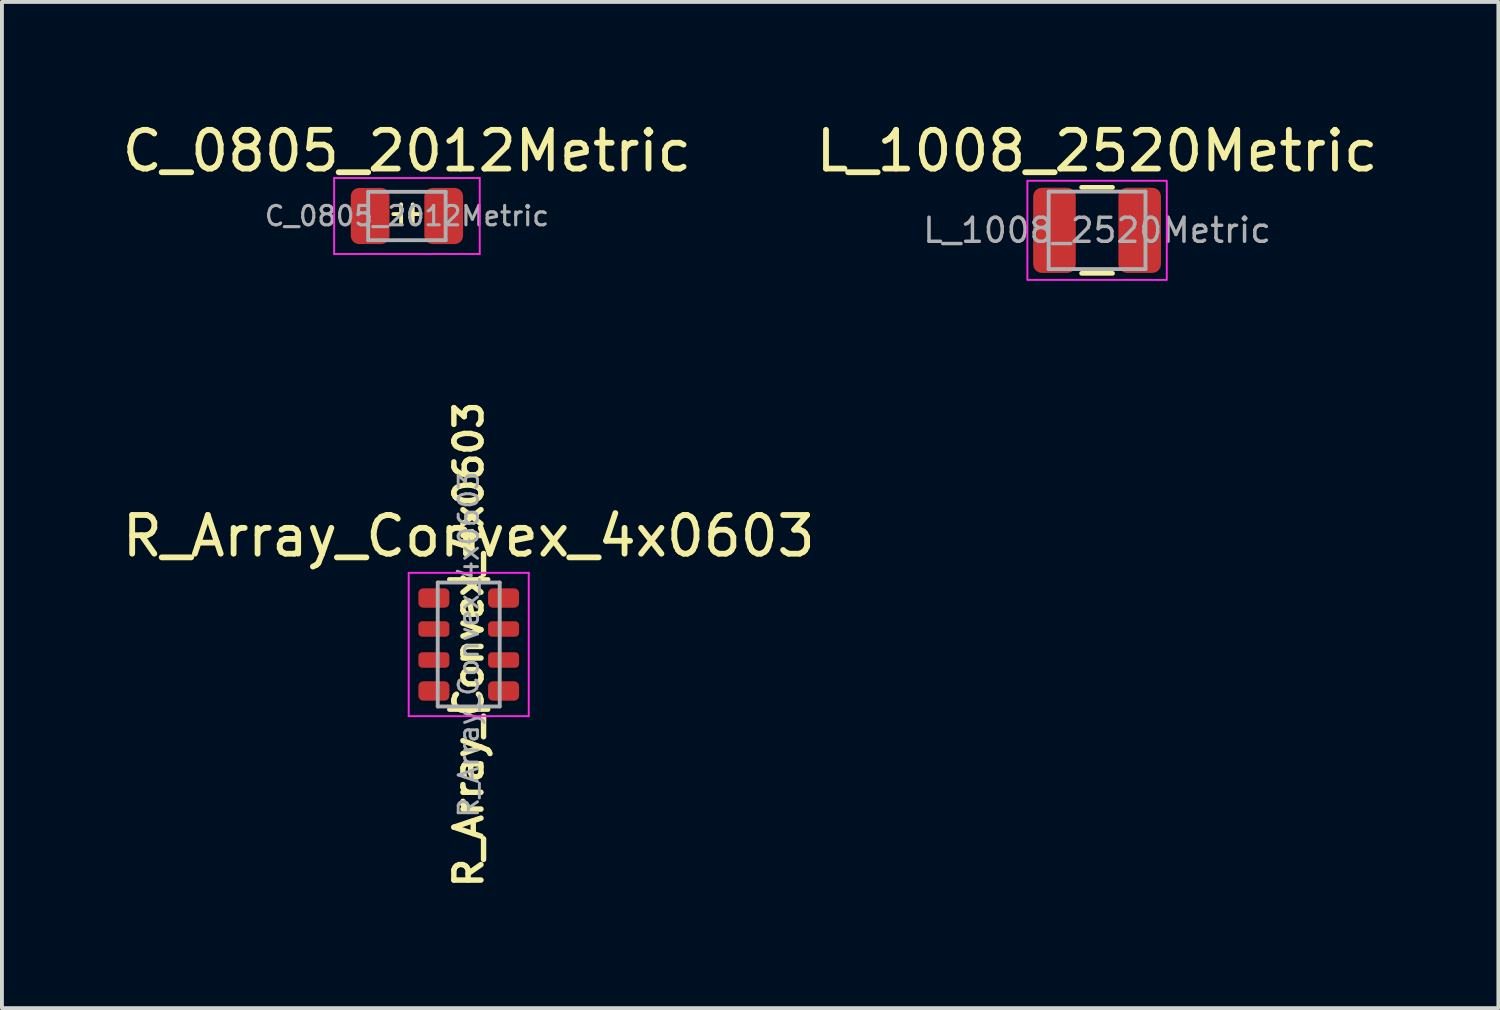
<source format=kicad_pcb>
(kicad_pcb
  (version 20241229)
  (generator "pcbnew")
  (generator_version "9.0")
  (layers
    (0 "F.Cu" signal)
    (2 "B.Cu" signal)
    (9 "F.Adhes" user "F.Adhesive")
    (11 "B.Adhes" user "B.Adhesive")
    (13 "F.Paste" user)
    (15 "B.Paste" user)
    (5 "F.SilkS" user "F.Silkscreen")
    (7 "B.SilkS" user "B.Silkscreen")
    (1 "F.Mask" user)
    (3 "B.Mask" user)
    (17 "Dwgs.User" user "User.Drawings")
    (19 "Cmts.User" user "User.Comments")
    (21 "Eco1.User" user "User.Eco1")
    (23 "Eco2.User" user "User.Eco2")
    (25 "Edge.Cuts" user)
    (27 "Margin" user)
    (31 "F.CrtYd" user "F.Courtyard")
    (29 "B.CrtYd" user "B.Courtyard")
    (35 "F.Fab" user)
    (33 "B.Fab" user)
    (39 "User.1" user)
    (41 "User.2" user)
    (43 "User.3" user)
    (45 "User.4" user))
  (footprint "R_Array_Convex_4x0603"
    (layer "F.Cu")
    (at 9.054 13.593)
    (property "Reference" "R_Array_Convex_4x0603" (at 0 -2.8 0) (layer "F.SilkS") (effects (font (size 1 1) (thickness 0.15))))
    (property "Value" "R_Array_Convex_4x0603" (at 0 2.8 0) (layer "F.Fab") (hide yes) (effects (font (size 1 1) (thickness 0.15))))
    (attr smd)
    (fp_line (start 0.5 -1.68) (end -0.5 -1.68) (stroke (width 0.12) (type solid)) (layer "F.SilkS"))
    (fp_line (start 0.5 1.68) (end -0.5 1.68) (stroke (width 0.12) (type solid)) (layer "F.SilkS"))
    (fp_line (start -1.55 -1.85) (end -1.55 1.85) (stroke (width 0.05) (type solid)) (layer "F.CrtYd"))
    (fp_line (start -1.55 -1.85) (end 1.55 -1.85) (stroke (width 0.05) (type solid)) (layer "F.CrtYd"))
    (fp_line (start 1.55 1.85) (end -1.55 1.85) (stroke (width 0.05) (type solid)) (layer "F.CrtYd"))
    (fp_line (start 1.55 1.85) (end 1.55 -1.85) (stroke (width 0.05) (type solid)) (layer "F.CrtYd"))
    (fp_line (start -0.8 -1.6) (end 0.8 -1.6) (stroke (width 0.1) (type solid)) (layer "F.Fab"))
    (fp_line (start -0.8 1.6) (end -0.8 -1.6) (stroke (width 0.1) (type solid)) (layer "F.Fab"))
    (fp_line (start 0.8 -1.6) (end 0.8 1.6) (stroke (width 0.1) (type solid)) (layer "F.Fab"))
    (fp_line (start 0.8 1.6) (end -0.8 1.6) (stroke (width 0.1) (type solid)) (layer "F.Fab"))
    (fp_text user "${VALUE}" (at 0 0 90) (layer "F.SilkS") (effects (font (size 0.7 0.7) (thickness 0.14) (bold yes))))
    (fp_text user "${REFERENCE}" (at 0 0 90) (layer "F.Fab") (effects (font (size 0.5 0.5) (thickness 0.075))))
    (pad "1" smd roundrect (at -0.9 -1.2) (size 0.8 0.5) (layers "F.Cu" "F.Mask" "F.Paste") (roundrect_rratio 0.25))
    (pad "2" smd roundrect (at -0.9 -0.4) (size 0.8 0.4) (layers "F.Cu" "F.Mask" "F.Paste") (roundrect_rratio 0.25))
    (pad "3" smd roundrect (at -0.9 0.4) (size 0.8 0.4) (layers "F.Cu" "F.Mask" "F.Paste") (roundrect_rratio 0.25))
    (pad "4" smd roundrect (at -0.9 1.2) (size 0.8 0.5) (layers "F.Cu" "F.Mask" "F.Paste") (roundrect_rratio 0.25))
    (pad "5" smd roundrect (at 0.9 1.2) (size 0.8 0.5) (layers "F.Cu" "F.Mask" "F.Paste") (roundrect_rratio 0.25))
    (pad "6" smd roundrect (at 0.9 0.4) (size 0.8 0.4) (layers "F.Cu" "F.Mask" "F.Paste") (roundrect_rratio 0.25))
    (pad "7" smd roundrect (at 0.9 -0.4) (size 0.8 0.4) (layers "F.Cu" "F.Mask" "F.Paste") (roundrect_rratio 0.25))
    (pad "8" smd roundrect (at 0.9 -1.2) (size 0.8 0.5) (layers "F.Cu" "F.Mask" "F.Paste") (roundrect_rratio 0.25)))
  (footprint "L_1008_2520Metric"
    (layer "F.Cu")
    (at 25.28 2.898)
    (property "Reference" "L_1008_2520Metric" (at 0 -2.05 0) (layer "F.SilkS") (effects (font (size 1 1) (thickness 0.15))))
    (attr smd)
    (fp_line (start -0.4 -1.11) (end 0.4 -1.11) (stroke (width 0.12) (type solid)) (layer "F.SilkS"))
    (fp_line (start -0.4 1.11) (end 0.4 1.11) (stroke (width 0.12) (type solid)) (layer "F.SilkS"))
    (fp_rect (start -1.8 -1.28) (end 1.8 1.28) (stroke (width 0.05) (type default)) (fill no) (layer "F.CrtYd"))
    (fp_line (start -1.25 -1) (end 1.25 -1) (stroke (width 0.1) (type solid)) (layer "F.Fab"))
    (fp_line (start -1.25 1) (end -1.25 -1) (stroke (width 0.1) (type solid)) (layer "F.Fab"))
    (fp_line (start 1.25 -1) (end 1.25 1) (stroke (width 0.1) (type solid)) (layer "F.Fab"))
    (fp_line (start 1.25 1) (end -1.25 1) (stroke (width 0.1) (type solid)) (layer "F.Fab"))
    (fp_text user "${REFERENCE}" (at 0 0 0) (layer "F.Fab") (effects (font (size 0.62 0.62) (thickness 0.09))))
    (pad "1" smd roundrect (at -1.1 0) (size 1.1 2.2) (layers "F.Cu" "F.Mask" "F.Paste") (roundrect_rratio 0.2))
    (pad "2" smd roundrect (at 1.1 0) (size 1.1 2.2) (layers "F.Cu" "F.Mask" "F.Paste") (roundrect_rratio 0.2)))
  (footprint "C_0805_2012Metric"
    (layer "F.Cu")
    (at 7.458 2.528)
    (property "Reference" "C_0805_2012Metric" (at 0 -1.68 0) (layer "F.SilkS") (effects (font (size 1 1) (thickness 0.15))))
    (attr smd)
    (fp_line (start -0.15 -0.3) (end -0.15 0.2) (stroke (width 0.1) (type default)) (layer "F.SilkS"))
    (fp_line (start -0.15 -0.05) (end -0.35 -0.05) (stroke (width 0.1) (type default)) (layer "F.SilkS"))
    (fp_line (start 0.15 -0.05) (end 0.35 -0.05) (stroke (width 0.1) (type default)) (layer "F.SilkS"))
    (fp_line (start 0.15 0.2) (end 0.15 -0.3) (stroke (width 0.1) (type default)) (layer "F.SilkS"))
    (fp_line (start -1.88 -0.98) (end 1.88 -0.98) (stroke (width 0.05) (type solid)) (layer "F.CrtYd"))
    (fp_line (start -1.88 0.98) (end -1.88 -0.98) (stroke (width 0.05) (type solid)) (layer "F.CrtYd"))
    (fp_line (start 1.88 -0.98) (end 1.88 0.98) (stroke (width 0.05) (type solid)) (layer "F.CrtYd"))
    (fp_line (start 1.88 0.98) (end -1.88 0.98) (stroke (width 0.05) (type solid)) (layer "F.CrtYd"))
    (fp_line (start -1 -0.625) (end 1 -0.625) (stroke (width 0.1) (type solid)) (layer "F.Fab"))
    (fp_line (start -1 0.625) (end -1 -0.625) (stroke (width 0.1) (type solid)) (layer "F.Fab"))
    (fp_line (start 1 -0.625) (end 1 0.625) (stroke (width 0.1) (type solid)) (layer "F.Fab"))
    (fp_line (start 1 0.625) (end -1 0.625) (stroke (width 0.1) (type solid)) (layer "F.Fab"))
    (fp_text user "${REFERENCE}" (at 0 0 0) (layer "F.Fab") (effects (font (size 0.5 0.5) (thickness 0.08))))
    (pad "1" smd roundrect (at -0.95 0) (size 1 1.45) (layers "F.Cu" "F.Mask" "F.Paste") (roundrect_rratio 0.213))
    (pad "2" smd roundrect (at 0.95 0) (size 1 1.45) (layers "F.Cu" "F.Mask" "F.Paste") (roundrect_rratio 0.213)))
  (gr_rect
    (start -3 -3)
    (end 35.643 22.983)
    (stroke (width 0.1) (type default))
    (fill no)
    (layer "Edge.Cuts")))
</source>
